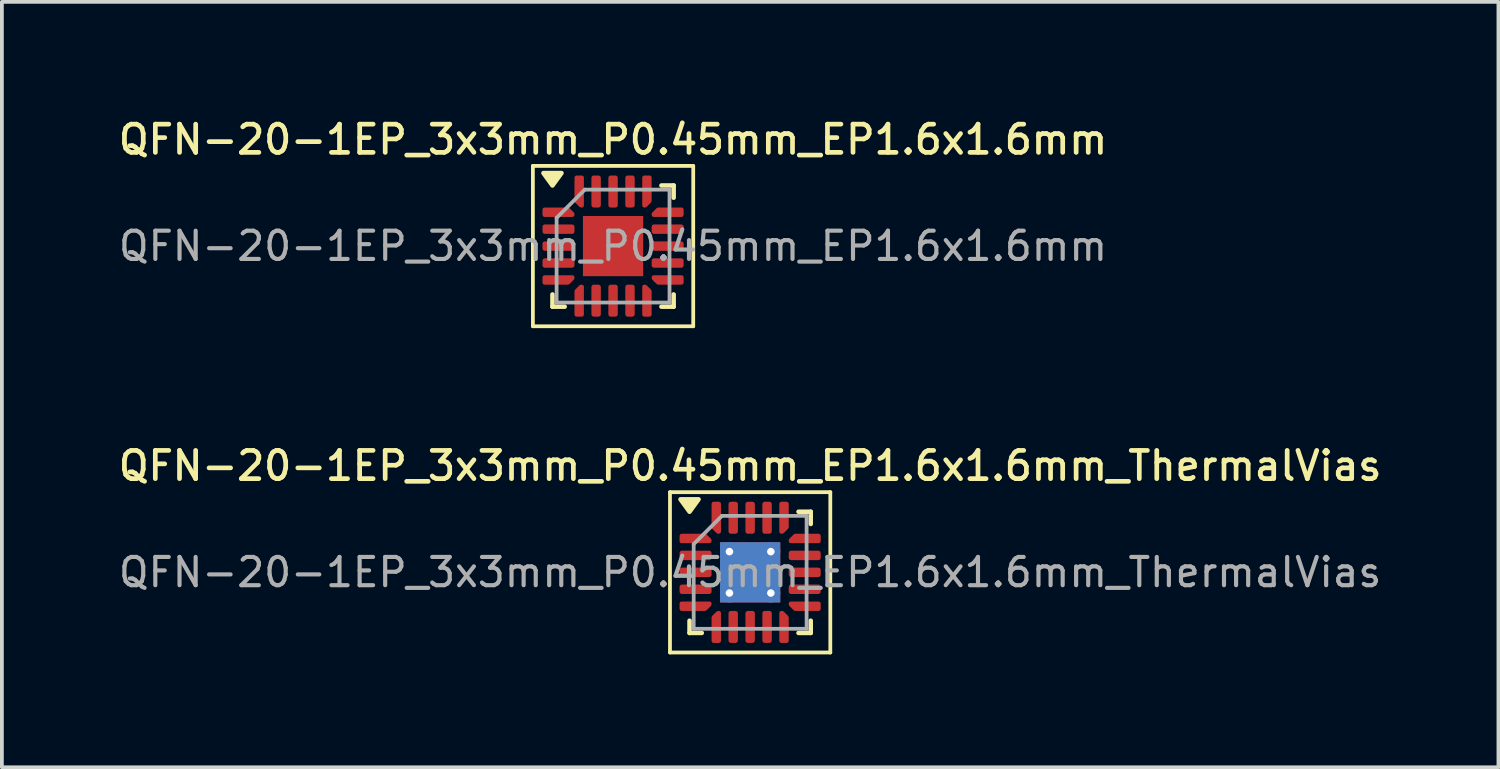
<source format=kicad_pcb>
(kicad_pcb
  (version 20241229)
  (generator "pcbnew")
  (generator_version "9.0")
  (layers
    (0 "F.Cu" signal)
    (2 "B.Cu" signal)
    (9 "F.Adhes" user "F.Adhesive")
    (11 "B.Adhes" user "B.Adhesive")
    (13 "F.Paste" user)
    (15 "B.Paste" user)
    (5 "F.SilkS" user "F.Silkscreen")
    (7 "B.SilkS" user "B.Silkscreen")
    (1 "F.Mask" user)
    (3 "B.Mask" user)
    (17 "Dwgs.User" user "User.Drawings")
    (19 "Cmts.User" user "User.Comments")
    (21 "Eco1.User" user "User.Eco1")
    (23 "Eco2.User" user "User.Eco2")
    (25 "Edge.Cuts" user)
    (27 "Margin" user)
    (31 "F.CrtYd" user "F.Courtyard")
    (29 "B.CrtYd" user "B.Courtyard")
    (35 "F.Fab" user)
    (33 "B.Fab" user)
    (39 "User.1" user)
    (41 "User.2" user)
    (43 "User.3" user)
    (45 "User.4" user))
  (footprint "QFN-20-1EP_3x3mm_P0.45mm_EP1.6x1.6mm"
    (layer "F.Cu")
    (at 13.238 3.488)
    (property "Reference" "QFN-20-1EP_3x3mm_P0.45mm_EP1.6x1.6mm" (at 0 -2.83 0) (layer "F.SilkS") (effects (font (size 0.75 0.75) (thickness 0.125))))
    (attr smd)
    (fp_line (start -2.13 -2.13) (end -2.13 2.13) (stroke (width 0.1) (type solid)) (layer "F.SilkS"))
    (fp_line (start -2.13 2.13) (end 2.13 2.13) (stroke (width 0.1) (type solid)) (layer "F.SilkS"))
    (fp_line (start -1.61 1.61) (end -1.61 1.285) (stroke (width 0.12) (type solid)) (layer "F.SilkS"))
    (fp_line (start -1.285 1.61) (end -1.61 1.61) (stroke (width 0.12) (type solid)) (layer "F.SilkS"))
    (fp_line (start 1.285 -1.61) (end 1.61 -1.61) (stroke (width 0.12) (type solid)) (layer "F.SilkS"))
    (fp_line (start 1.285 1.61) (end 1.61 1.61) (stroke (width 0.12) (type solid)) (layer "F.SilkS"))
    (fp_line (start 1.61 -1.61) (end 1.61 -1.285) (stroke (width 0.12) (type solid)) (layer "F.SilkS"))
    (fp_line (start 1.61 1.61) (end 1.61 1.285) (stroke (width 0.12) (type solid)) (layer "F.SilkS"))
    (fp_line (start 2.13 -2.13) (end -2.13 -2.13) (stroke (width 0.1) (type solid)) (layer "F.SilkS"))
    (fp_line (start 2.13 2.13) (end 2.13 -2.13) (stroke (width 0.1) (type solid)) (layer "F.SilkS"))
    (fp_poly (pts (xy -1.61 -1.61) (xy -1.85 -1.94) (xy -1.37 -1.94) (xy -1.61 -1.61)) (stroke (width 0.12) (type solid)) (fill yes) (layer "F.SilkS"))
    (fp_line (start -1.5 -0.75) (end -0.75 -1.5) (stroke (width 0.1) (type solid)) (layer "F.Fab"))
    (fp_line (start -1.5 1.5) (end -1.5 -0.75) (stroke (width 0.1) (type solid)) (layer "F.Fab"))
    (fp_line (start -0.75 -1.5) (end 1.5 -1.5) (stroke (width 0.1) (type solid)) (layer "F.Fab"))
    (fp_line (start 1.5 -1.5) (end 1.5 1.5) (stroke (width 0.1) (type solid)) (layer "F.Fab"))
    (fp_line (start 1.5 1.5) (end -1.5 1.5) (stroke (width 0.1) (type solid)) (layer "F.Fab"))
    (fp_text user "${REFERENCE}" (at 0 0 0) (layer "F.Fab") (effects (font (size 0.75 0.75) (thickness 0.11))))
    (pad "" smd roundrect (at -0.4 -0.4) (size 0.64 0.64) (layers "F.Paste") (roundrect_rratio 0.25))
    (pad "" smd roundrect (at -0.4 0.4) (size 0.64 0.64) (layers "F.Paste") (roundrect_rratio 0.25))
    (pad "" smd roundrect (at 0.4 -0.4) (size 0.64 0.64) (layers "F.Paste") (roundrect_rratio 0.25))
    (pad "" smd roundrect (at 0.4 0.4) (size 0.64 0.64) (layers "F.Paste") (roundrect_rratio 0.25))
    (pad "1" smd custom (at -1.45 -0.9) (size 0.144 0.144) (layers "F.Cu" "F.Mask" "F.Paste") (options (anchor circle)) (primitives (gr_poly (pts (xy -0.375 -0.075) (xy 0.254 -0.075) (xy 0.375 0.046) (xy 0.375 0.075) (xy -0.375 0.075)) (width 0.1) (fill yes))))
    (pad "2" smd roundrect (at -1.45 -0.45) (size 0.85 0.25) (layers "F.Cu" "F.Mask" "F.Paste") (roundrect_rratio 0.25))
    (pad "3" smd roundrect (at -1.45 0) (size 0.85 0.25) (layers "F.Cu" "F.Mask" "F.Paste") (roundrect_rratio 0.25))
    (pad "4" smd roundrect (at -1.45 0.45) (size 0.85 0.25) (layers "F.Cu" "F.Mask" "F.Paste") (roundrect_rratio 0.25))
    (pad "5" smd custom (at -1.45 0.9) (size 0.144 0.144) (layers "F.Cu" "F.Mask" "F.Paste") (options (anchor circle)) (primitives (gr_poly (pts (xy -0.375 -0.075) (xy 0.375 -0.075) (xy 0.375 -0.046) (xy 0.254 0.075) (xy -0.375 0.075)) (width 0.1) (fill yes))))
    (pad "6" smd custom (at -0.9 1.45) (size 0.144 0.144) (layers "F.Cu" "F.Mask" "F.Paste") (options (anchor circle)) (primitives (gr_poly (pts (xy -0.075 -0.254) (xy 0.046 -0.375) (xy 0.075 -0.375) (xy 0.075 0.375) (xy -0.075 0.375)) (width 0.1) (fill yes))))
    (pad "7" smd roundrect (at -0.45 1.45) (size 0.25 0.85) (layers "F.Cu" "F.Mask" "F.Paste") (roundrect_rratio 0.25))
    (pad "8" smd roundrect (at 0 1.45) (size 0.25 0.85) (layers "F.Cu" "F.Mask" "F.Paste") (roundrect_rratio 0.25))
    (pad "9" smd roundrect (at 0.45 1.45) (size 0.25 0.85) (layers "F.Cu" "F.Mask" "F.Paste") (roundrect_rratio 0.25))
    (pad "10" smd custom (at 0.9 1.45) (size 0.144 0.144) (layers "F.Cu" "F.Mask" "F.Paste") (options (anchor circle)) (primitives (gr_poly (pts (xy -0.075 -0.375) (xy -0.046 -0.375) (xy 0.075 -0.254) (xy 0.075 0.375) (xy -0.075 0.375)) (width 0.1) (fill yes))))
    (pad "11" smd custom (at 1.45 0.9) (size 0.144 0.144) (layers "F.Cu" "F.Mask" "F.Paste") (options (anchor circle)) (primitives (gr_poly (pts (xy -0.375 -0.075) (xy 0.375 -0.075) (xy 0.375 0.075) (xy -0.254 0.075) (xy -0.375 -0.046)) (width 0.1) (fill yes))))
    (pad "12" smd roundrect (at 1.45 0.45) (size 0.85 0.25) (layers "F.Cu" "F.Mask" "F.Paste") (roundrect_rratio 0.25))
    (pad "13" smd roundrect (at 1.45 0) (size 0.85 0.25) (layers "F.Cu" "F.Mask" "F.Paste") (roundrect_rratio 0.25))
    (pad "14" smd roundrect (at 1.45 -0.45) (size 0.85 0.25) (layers "F.Cu" "F.Mask" "F.Paste") (roundrect_rratio 0.25))
    (pad "15" smd custom (at 1.45 -0.9) (size 0.144 0.144) (layers "F.Cu" "F.Mask" "F.Paste") (options (anchor circle)) (primitives (gr_poly (pts (xy -0.375 0.046) (xy -0.254 -0.075) (xy 0.375 -0.075) (xy 0.375 0.075) (xy -0.375 0.075)) (width 0.1) (fill yes))))
    (pad "16" smd custom (at 0.9 -1.45) (size 0.144 0.144) (layers "F.Cu" "F.Mask" "F.Paste") (options (anchor circle)) (primitives (gr_poly (pts (xy -0.075 -0.375) (xy 0.075 -0.375) (xy 0.075 0.254) (xy -0.046 0.375) (xy -0.075 0.375)) (width 0.1) (fill yes))))
    (pad "17" smd roundrect (at 0.45 -1.45) (size 0.25 0.85) (layers "F.Cu" "F.Mask" "F.Paste") (roundrect_rratio 0.25))
    (pad "18" smd roundrect (at 0 -1.45) (size 0.25 0.85) (layers "F.Cu" "F.Mask" "F.Paste") (roundrect_rratio 0.25))
    (pad "19" smd roundrect (at -0.45 -1.45) (size 0.25 0.85) (layers "F.Cu" "F.Mask" "F.Paste") (roundrect_rratio 0.25))
    (pad "20" smd custom (at -0.9 -1.45) (size 0.144 0.144) (layers "F.Cu" "F.Mask" "F.Paste") (options (anchor circle)) (primitives (gr_poly (pts (xy -0.075 -0.375) (xy 0.075 -0.375) (xy 0.075 0.375) (xy 0.046 0.375) (xy -0.075 0.254)) (width 0.1) (fill yes))))
    (pad "21" smd rect (at 0 0) (size 1.6 1.6) (property pad_prop_heatsink) (layers "F.Cu" "F.Mask")))
  (footprint "QFN-20-1EP_3x3mm_P0.45mm_EP1.6x1.6mm_ThermalVias"
    (layer "F.Cu")
    (at 16.88 12.156)
    (property "Reference" "QFN-20-1EP_3x3mm_P0.45mm_EP1.6x1.6mm_ThermalVias" (at 0 -2.83 0) (layer "F.SilkS") (effects (font (size 0.75 0.75) (thickness 0.125))))
    (attr smd)
    (fp_line (start -2.13 -2.13) (end -2.13 2.13) (stroke (width 0.1) (type solid)) (layer "F.SilkS"))
    (fp_line (start -2.13 2.13) (end 2.13 2.13) (stroke (width 0.1) (type solid)) (layer "F.SilkS"))
    (fp_line (start -1.61 1.61) (end -1.61 1.285) (stroke (width 0.12) (type solid)) (layer "F.SilkS"))
    (fp_line (start -1.285 1.61) (end -1.61 1.61) (stroke (width 0.12) (type solid)) (layer "F.SilkS"))
    (fp_line (start 1.285 -1.61) (end 1.61 -1.61) (stroke (width 0.12) (type solid)) (layer "F.SilkS"))
    (fp_line (start 1.285 1.61) (end 1.61 1.61) (stroke (width 0.12) (type solid)) (layer "F.SilkS"))
    (fp_line (start 1.61 -1.61) (end 1.61 -1.285) (stroke (width 0.12) (type solid)) (layer "F.SilkS"))
    (fp_line (start 1.61 1.61) (end 1.61 1.285) (stroke (width 0.12) (type solid)) (layer "F.SilkS"))
    (fp_line (start 2.13 -2.13) (end -2.13 -2.13) (stroke (width 0.1) (type solid)) (layer "F.SilkS"))
    (fp_line (start 2.13 2.13) (end 2.13 -2.13) (stroke (width 0.1) (type solid)) (layer "F.SilkS"))
    (fp_poly (pts (xy -1.61 -1.61) (xy -1.85 -1.94) (xy -1.37 -1.94) (xy -1.61 -1.61)) (stroke (width 0.12) (type solid)) (fill yes) (layer "F.SilkS"))
    (fp_line (start -1.5 -0.75) (end -0.75 -1.5) (stroke (width 0.1) (type solid)) (layer "F.Fab"))
    (fp_line (start -1.5 1.5) (end -1.5 -0.75) (stroke (width 0.1) (type solid)) (layer "F.Fab"))
    (fp_line (start -0.75 -1.5) (end 1.5 -1.5) (stroke (width 0.1) (type solid)) (layer "F.Fab"))
    (fp_line (start 1.5 -1.5) (end 1.5 1.5) (stroke (width 0.1) (type solid)) (layer "F.Fab"))
    (fp_line (start 1.5 1.5) (end -1.5 1.5) (stroke (width 0.1) (type solid)) (layer "F.Fab"))
    (fp_text user "${REFERENCE}" (at 0 0 0) (layer "F.Fab") (effects (font (size 0.75 0.75) (thickness 0.11))))
    (pad "" smd roundrect (at -0.4 -0.4) (size 0.69 0.69) (layers "F.Paste") (roundrect_rratio 0.25))
    (pad "" smd roundrect (at -0.4 0.4) (size 0.69 0.69) (layers "F.Paste") (roundrect_rratio 0.25))
    (pad "" smd roundrect (at 0.4 -0.4) (size 0.69 0.69) (layers "F.Paste") (roundrect_rratio 0.25))
    (pad "" smd roundrect (at 0.4 0.4) (size 0.69 0.69) (layers "F.Paste") (roundrect_rratio 0.25))
    (pad "1" smd custom (at -1.45 -0.9) (size 0.144 0.144) (layers "F.Cu" "F.Mask" "F.Paste") (options (anchor circle)) (primitives (gr_poly (pts (xy -0.375 -0.075) (xy 0.254 -0.075) (xy 0.375 0.046) (xy 0.375 0.075) (xy -0.375 0.075)) (width 0.1) (fill yes))))
    (pad "2" smd roundrect (at -1.45 -0.45) (size 0.85 0.25) (layers "F.Cu" "F.Mask" "F.Paste") (roundrect_rratio 0.25))
    (pad "3" smd roundrect (at -1.45 0) (size 0.85 0.25) (layers "F.Cu" "F.Mask" "F.Paste") (roundrect_rratio 0.25))
    (pad "4" smd roundrect (at -1.45 0.45) (size 0.85 0.25) (layers "F.Cu" "F.Mask" "F.Paste") (roundrect_rratio 0.25))
    (pad "5" smd custom (at -1.45 0.9) (size 0.144 0.144) (layers "F.Cu" "F.Mask" "F.Paste") (options (anchor circle)) (primitives (gr_poly (pts (xy -0.375 -0.075) (xy 0.375 -0.075) (xy 0.375 -0.046) (xy 0.254 0.075) (xy -0.375 0.075)) (width 0.1) (fill yes))))
    (pad "6" smd custom (at -0.9 1.45) (size 0.144 0.144) (layers "F.Cu" "F.Mask" "F.Paste") (options (anchor circle)) (primitives (gr_poly (pts (xy -0.075 -0.254) (xy 0.046 -0.375) (xy 0.075 -0.375) (xy 0.075 0.375) (xy -0.075 0.375)) (width 0.1) (fill yes))))
    (pad "7" smd roundrect (at -0.45 1.45) (size 0.25 0.85) (layers "F.Cu" "F.Mask" "F.Paste") (roundrect_rratio 0.25))
    (pad "8" smd roundrect (at 0 1.45) (size 0.25 0.85) (layers "F.Cu" "F.Mask" "F.Paste") (roundrect_rratio 0.25))
    (pad "9" smd roundrect (at 0.45 1.45) (size 0.25 0.85) (layers "F.Cu" "F.Mask" "F.Paste") (roundrect_rratio 0.25))
    (pad "10" smd custom (at 0.9 1.45) (size 0.144 0.144) (layers "F.Cu" "F.Mask" "F.Paste") (options (anchor circle)) (primitives (gr_poly (pts (xy -0.075 -0.375) (xy -0.046 -0.375) (xy 0.075 -0.254) (xy 0.075 0.375) (xy -0.075 0.375)) (width 0.1) (fill yes))))
    (pad "11" smd custom (at 1.45 0.9) (size 0.144 0.144) (layers "F.Cu" "F.Mask" "F.Paste") (options (anchor circle)) (primitives (gr_poly (pts (xy -0.375 -0.075) (xy 0.375 -0.075) (xy 0.375 0.075) (xy -0.254 0.075) (xy -0.375 -0.046)) (width 0.1) (fill yes))))
    (pad "12" smd roundrect (at 1.45 0.45) (size 0.85 0.25) (layers "F.Cu" "F.Mask" "F.Paste") (roundrect_rratio 0.25))
    (pad "13" smd roundrect (at 1.45 0) (size 0.85 0.25) (layers "F.Cu" "F.Mask" "F.Paste") (roundrect_rratio 0.25))
    (pad "14" smd roundrect (at 1.45 -0.45) (size 0.85 0.25) (layers "F.Cu" "F.Mask" "F.Paste") (roundrect_rratio 0.25))
    (pad "15" smd custom (at 1.45 -0.9) (size 0.144 0.144) (layers "F.Cu" "F.Mask" "F.Paste") (options (anchor circle)) (primitives (gr_poly (pts (xy -0.375 0.046) (xy -0.254 -0.075) (xy 0.375 -0.075) (xy 0.375 0.075) (xy -0.375 0.075)) (width 0.1) (fill yes))))
    (pad "16" smd custom (at 0.9 -1.45) (size 0.144 0.144) (layers "F.Cu" "F.Mask" "F.Paste") (options (anchor circle)) (primitives (gr_poly (pts (xy -0.075 -0.375) (xy 0.075 -0.375) (xy 0.075 0.254) (xy -0.046 0.375) (xy -0.075 0.375)) (width 0.1) (fill yes))))
    (pad "17" smd roundrect (at 0.45 -1.45) (size 0.25 0.85) (layers "F.Cu" "F.Mask" "F.Paste") (roundrect_rratio 0.25))
    (pad "18" smd roundrect (at 0 -1.45) (size 0.25 0.85) (layers "F.Cu" "F.Mask" "F.Paste") (roundrect_rratio 0.25))
    (pad "19" smd roundrect (at -0.45 -1.45) (size 0.25 0.85) (layers "F.Cu" "F.Mask" "F.Paste") (roundrect_rratio 0.25))
    (pad "20" smd custom (at -0.9 -1.45) (size 0.144 0.144) (layers "F.Cu" "F.Mask" "F.Paste") (options (anchor circle)) (primitives (gr_poly (pts (xy -0.075 -0.375) (xy 0.075 -0.375) (xy 0.075 0.375) (xy 0.046 0.375) (xy -0.075 0.254)) (width 0.1) (fill yes))))
    (pad "21" thru_hole circle (at -0.55 -0.55) (size 0.5 0.5) (drill 0.2) (property pad_prop_heatsink) (layers "*.Cu"))
    (pad "21" thru_hole circle (at -0.55 0.55) (size 0.5 0.5) (drill 0.2) (property pad_prop_heatsink) (layers "*.Cu"))
    (pad "21" smd rect (at 0 0) (size 1.6 1.6) (property pad_prop_heatsink) (layers "F.Cu" "F.Mask"))
    (pad "21" smd rect (at 0 0) (size 1.6 1.6) (property pad_prop_heatsink) (layers "B.Cu"))
    (pad "21" thru_hole circle (at 0.55 -0.55) (size 0.5 0.5) (drill 0.2) (property pad_prop_heatsink) (layers "*.Cu"))
    (pad "21" thru_hole circle (at 0.55 0.55) (size 0.5 0.5) (drill 0.2) (property pad_prop_heatsink) (layers "*.Cu")))
  (gr_rect
    (start -3 -3)
    (end 36.761 17.336)
    (stroke (width 0.1) (type default))
    (fill no)
    (layer "Edge.Cuts")))
</source>
